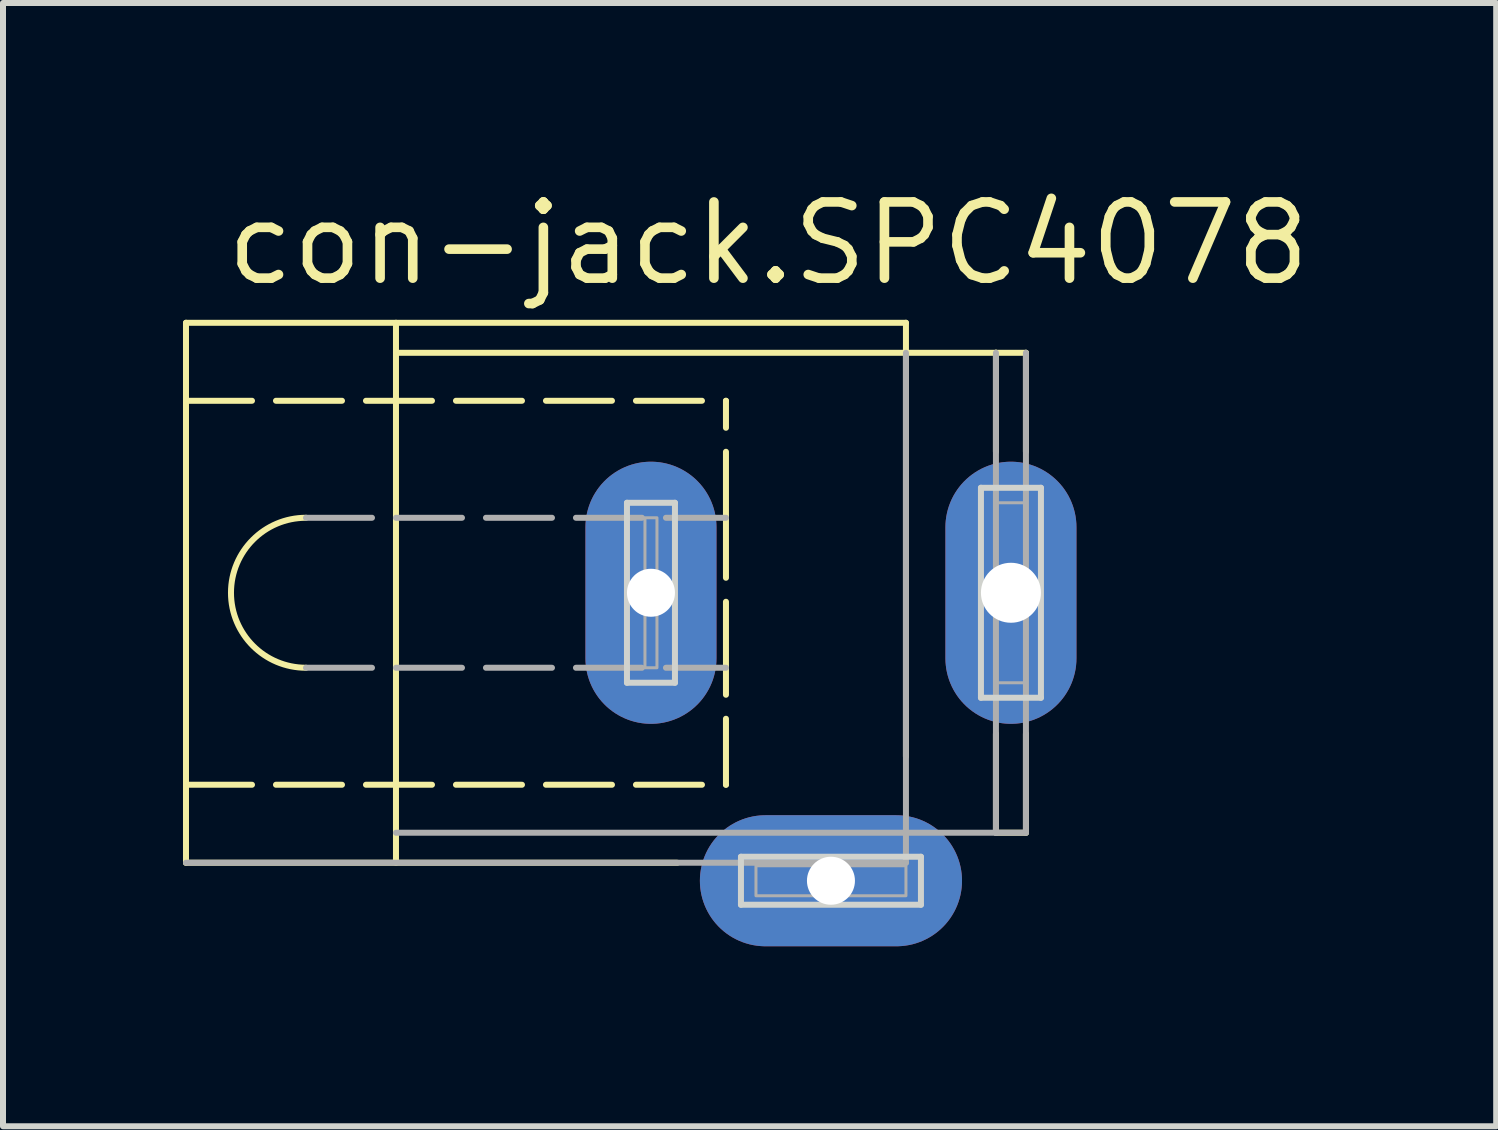
<source format=kicad_pcb>
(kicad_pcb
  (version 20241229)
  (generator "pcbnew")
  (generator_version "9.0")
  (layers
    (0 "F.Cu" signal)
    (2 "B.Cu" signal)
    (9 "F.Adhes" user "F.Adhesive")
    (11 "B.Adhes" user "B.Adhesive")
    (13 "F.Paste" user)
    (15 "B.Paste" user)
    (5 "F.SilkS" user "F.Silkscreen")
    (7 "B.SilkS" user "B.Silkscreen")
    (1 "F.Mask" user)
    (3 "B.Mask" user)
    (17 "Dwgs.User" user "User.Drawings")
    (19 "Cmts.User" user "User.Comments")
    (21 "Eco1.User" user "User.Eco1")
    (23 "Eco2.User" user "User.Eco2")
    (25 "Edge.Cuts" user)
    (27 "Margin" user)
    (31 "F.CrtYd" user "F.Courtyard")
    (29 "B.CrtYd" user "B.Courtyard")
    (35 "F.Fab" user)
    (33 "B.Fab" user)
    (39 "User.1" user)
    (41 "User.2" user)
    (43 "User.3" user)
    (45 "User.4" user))
  (footprint "con-jack.SPC4078"
    (layer "F.Cu")
    (at 10.8 6.83)
    (property "Reference" "con-jack.SPC4078" (at -10.16 -5.08 0) (layer "F.SilkS") (effects (font (size 1.27 1.27) (thickness 0.16)) (justify left bottom)))
    (attr through_hole)
    (fp_line (start -10.75 -4.5) (end 1.25 -4.5) (stroke (width 0.1) (type default)) (layer "F.SilkS"))
    (fp_line (start -10.75 -3.2) (end -10.75 -4.5) (stroke (width 0.1) (type default)) (layer "F.SilkS"))
    (fp_line (start -10.75 -3.2) (end -1.75 -3.2) (stroke (width 0.1) (type dash)) (layer "F.SilkS"))
    (fp_line (start -10.75 3.2) (end -10.75 -3.2) (stroke (width 0.1) (type default)) (layer "F.SilkS"))
    (fp_line (start -10.75 3.2) (end -1.75 3.2) (stroke (width 0.1) (type dash)) (layer "F.SilkS"))
    (fp_line (start -10.75 4.5) (end -10.75 3.2) (stroke (width 0.1) (type default)) (layer "F.SilkS"))
    (fp_line (start -10.75 4.5) (end -2.56 4.5) (stroke (width 0.1) (type default)) (layer "F.SilkS"))
    (fp_line (start -7.25 -4) (end -7.25 -4.5) (stroke (width 0.1) (type default)) (layer "F.SilkS"))
    (fp_line (start -7.25 -4) (end 1.25 -4) (stroke (width 0.1) (type default)) (layer "F.SilkS"))
    (fp_line (start -7.25 4.5) (end -7.25 -4) (stroke (width 0.1) (type default)) (layer "F.SilkS"))
    (fp_line (start -1.75 -1.25) (end -1.75 -3.2) (stroke (width 0.1) (type dash)) (layer "F.SilkS"))
    (fp_line (start -1.75 1.25) (end -1.75 -1.25) (stroke (width 0.1) (type dash)) (layer "F.SilkS"))
    (fp_line (start -1.75 3.2) (end -1.75 1.25) (stroke (width 0.1) (type dash)) (layer "F.SilkS"))
    (fp_line (start 1.25 -4) (end 1.25 -4.5) (stroke (width 0.1) (type default)) (layer "F.SilkS"))
    (fp_line (start 1.25 -4) (end 2.75 -4) (stroke (width 0.1) (type default)) (layer "F.SilkS"))
    (fp_line (start 1.25 2.73) (end 1.25 -4) (stroke (width 0.1) (type default)) (layer "F.SilkS"))
    (fp_line (start 2.75 -4) (end 3.25 -4) (stroke (width 0.1) (type default)) (layer "F.SilkS"))
    (fp_line (start 2.75 -2.35) (end 2.75 -4) (stroke (width 0.1) (type default)) (layer "F.SilkS"))
    (fp_line (start 2.75 4) (end 2.75 2.35) (stroke (width 0.1) (type default)) (layer "F.SilkS"))
    (fp_line (start 2.75 4) (end 3.25 4) (stroke (width 0.1) (type default)) (layer "F.SilkS"))
    (fp_line (start 3.25 -2.35) (end 3.25 -4) (stroke (width 0.1) (type default)) (layer "F.SilkS"))
    (fp_line (start 3.25 4) (end 3.25 2.35) (stroke (width 0.1) (type default)) (layer "F.SilkS"))
    (fp_arc (start -8.75 1.25) (mid -10 0) (end -8.75 -1.25) (stroke (width 0.1) (type default)) (layer "F.SilkS"))
    (fp_line (start -3.4 -1.5) (end -2.6 -1.5) (stroke (width 0.1) (type default)) (layer "Edge.Cuts"))
    (fp_line (start -3.4 1.5) (end -3.4 -1.5) (stroke (width 0.1) (type default)) (layer "Edge.Cuts"))
    (fp_line (start -2.6 -1.5) (end -2.6 1.5) (stroke (width 0.1) (type default)) (layer "Edge.Cuts"))
    (fp_line (start -2.6 1.5) (end -3.4 1.5) (stroke (width 0.1) (type default)) (layer "Edge.Cuts"))
    (fp_line (start -1.5 4.4) (end 1.5 4.4) (stroke (width 0.1) (type default)) (layer "Edge.Cuts"))
    (fp_line (start -1.5 5.2) (end -1.5 4.4) (stroke (width 0.1) (type default)) (layer "Edge.Cuts"))
    (fp_line (start 1.5 4.4) (end 1.5 5.2) (stroke (width 0.1) (type default)) (layer "Edge.Cuts"))
    (fp_line (start 1.5 5.2) (end -1.5 5.2) (stroke (width 0.1) (type default)) (layer "Edge.Cuts"))
    (fp_line (start 2.5 -1.75) (end 3.5 -1.75) (stroke (width 0.1) (type default)) (layer "Edge.Cuts"))
    (fp_line (start 2.5 1.75) (end 2.5 -1.75) (stroke (width 0.1) (type default)) (layer "Edge.Cuts"))
    (fp_line (start 3.5 -1.75) (end 3.5 1.75) (stroke (width 0.1) (type default)) (layer "Edge.Cuts"))
    (fp_line (start 3.5 1.75) (end 2.5 1.75) (stroke (width 0.1) (type default)) (layer "Edge.Cuts"))
    (fp_line (start -10.75 4.5) (end 1.25 4.5) (stroke (width 0.1) (type default)) (layer "F.Fab"))
    (fp_line (start -8.75 -1.25) (end -1.75 -1.25) (stroke (width 0.1) (type dash)) (layer "F.Fab"))
    (fp_line (start -8.75 1.25) (end -1.75 1.25) (stroke (width 0.1) (type dash)) (layer "F.Fab"))
    (fp_line (start -7.25 4) (end 1.25 4) (stroke (width 0.1) (type default)) (layer "F.Fab"))
    (fp_line (start 1.25 4) (end 1.25 -4) (stroke (width 0.1) (type default)) (layer "F.Fab"))
    (fp_line (start 1.25 4) (end 2.75 4) (stroke (width 0.1) (type default)) (layer "F.Fab"))
    (fp_line (start 1.25 4.5) (end 1.25 4) (stroke (width 0.1) (type default)) (layer "F.Fab"))
    (fp_line (start 2.75 4) (end 2.75 -4) (stroke (width 0.1) (type default)) (layer "F.Fab"))
    (fp_line (start 2.75 4) (end 3.25 4) (stroke (width 0.1) (type default)) (layer "F.Fab"))
    (fp_line (start 3.25 4) (end 3.25 -4) (stroke (width 0.1) (type default)) (layer "F.Fab"))
    (fp_rect (start -3.1 1.25) (end -2.9 -1.25) (stroke (width 0.05) (type default)) (fill no) (layer "F.Fab"))
    (fp_rect (start -1.25 5.05) (end 1.25 4.55) (stroke (width 0.05) (type default)) (fill no) (layer "F.Fab"))
    (fp_rect (start 2.75 1.5) (end 3.25 -1.5) (stroke (width 0.05) (type default)) (fill no) (layer "F.Fab"))
    (pad "1" thru_hole oval (at -3 0 90) (size 4.369 2.184) (drill 0.8) (layers "*.Cu" "*.Mask"))
    (pad "2" thru_hole oval (at 0 4.8) (size 4.369 2.184) (drill 0.8) (layers "*.Cu" "*.Mask"))
    (pad "3" thru_hole oval (at 3 0 90) (size 4.369 2.184) (drill 1) (layers "*.Cu" "*.Mask")))
  (gr_rect
    (start -3 -3)
    (end 21.888 15.722)
    (stroke (width 0.1) (type default))
    (fill no)
    (layer "Edge.Cuts")))
</source>
